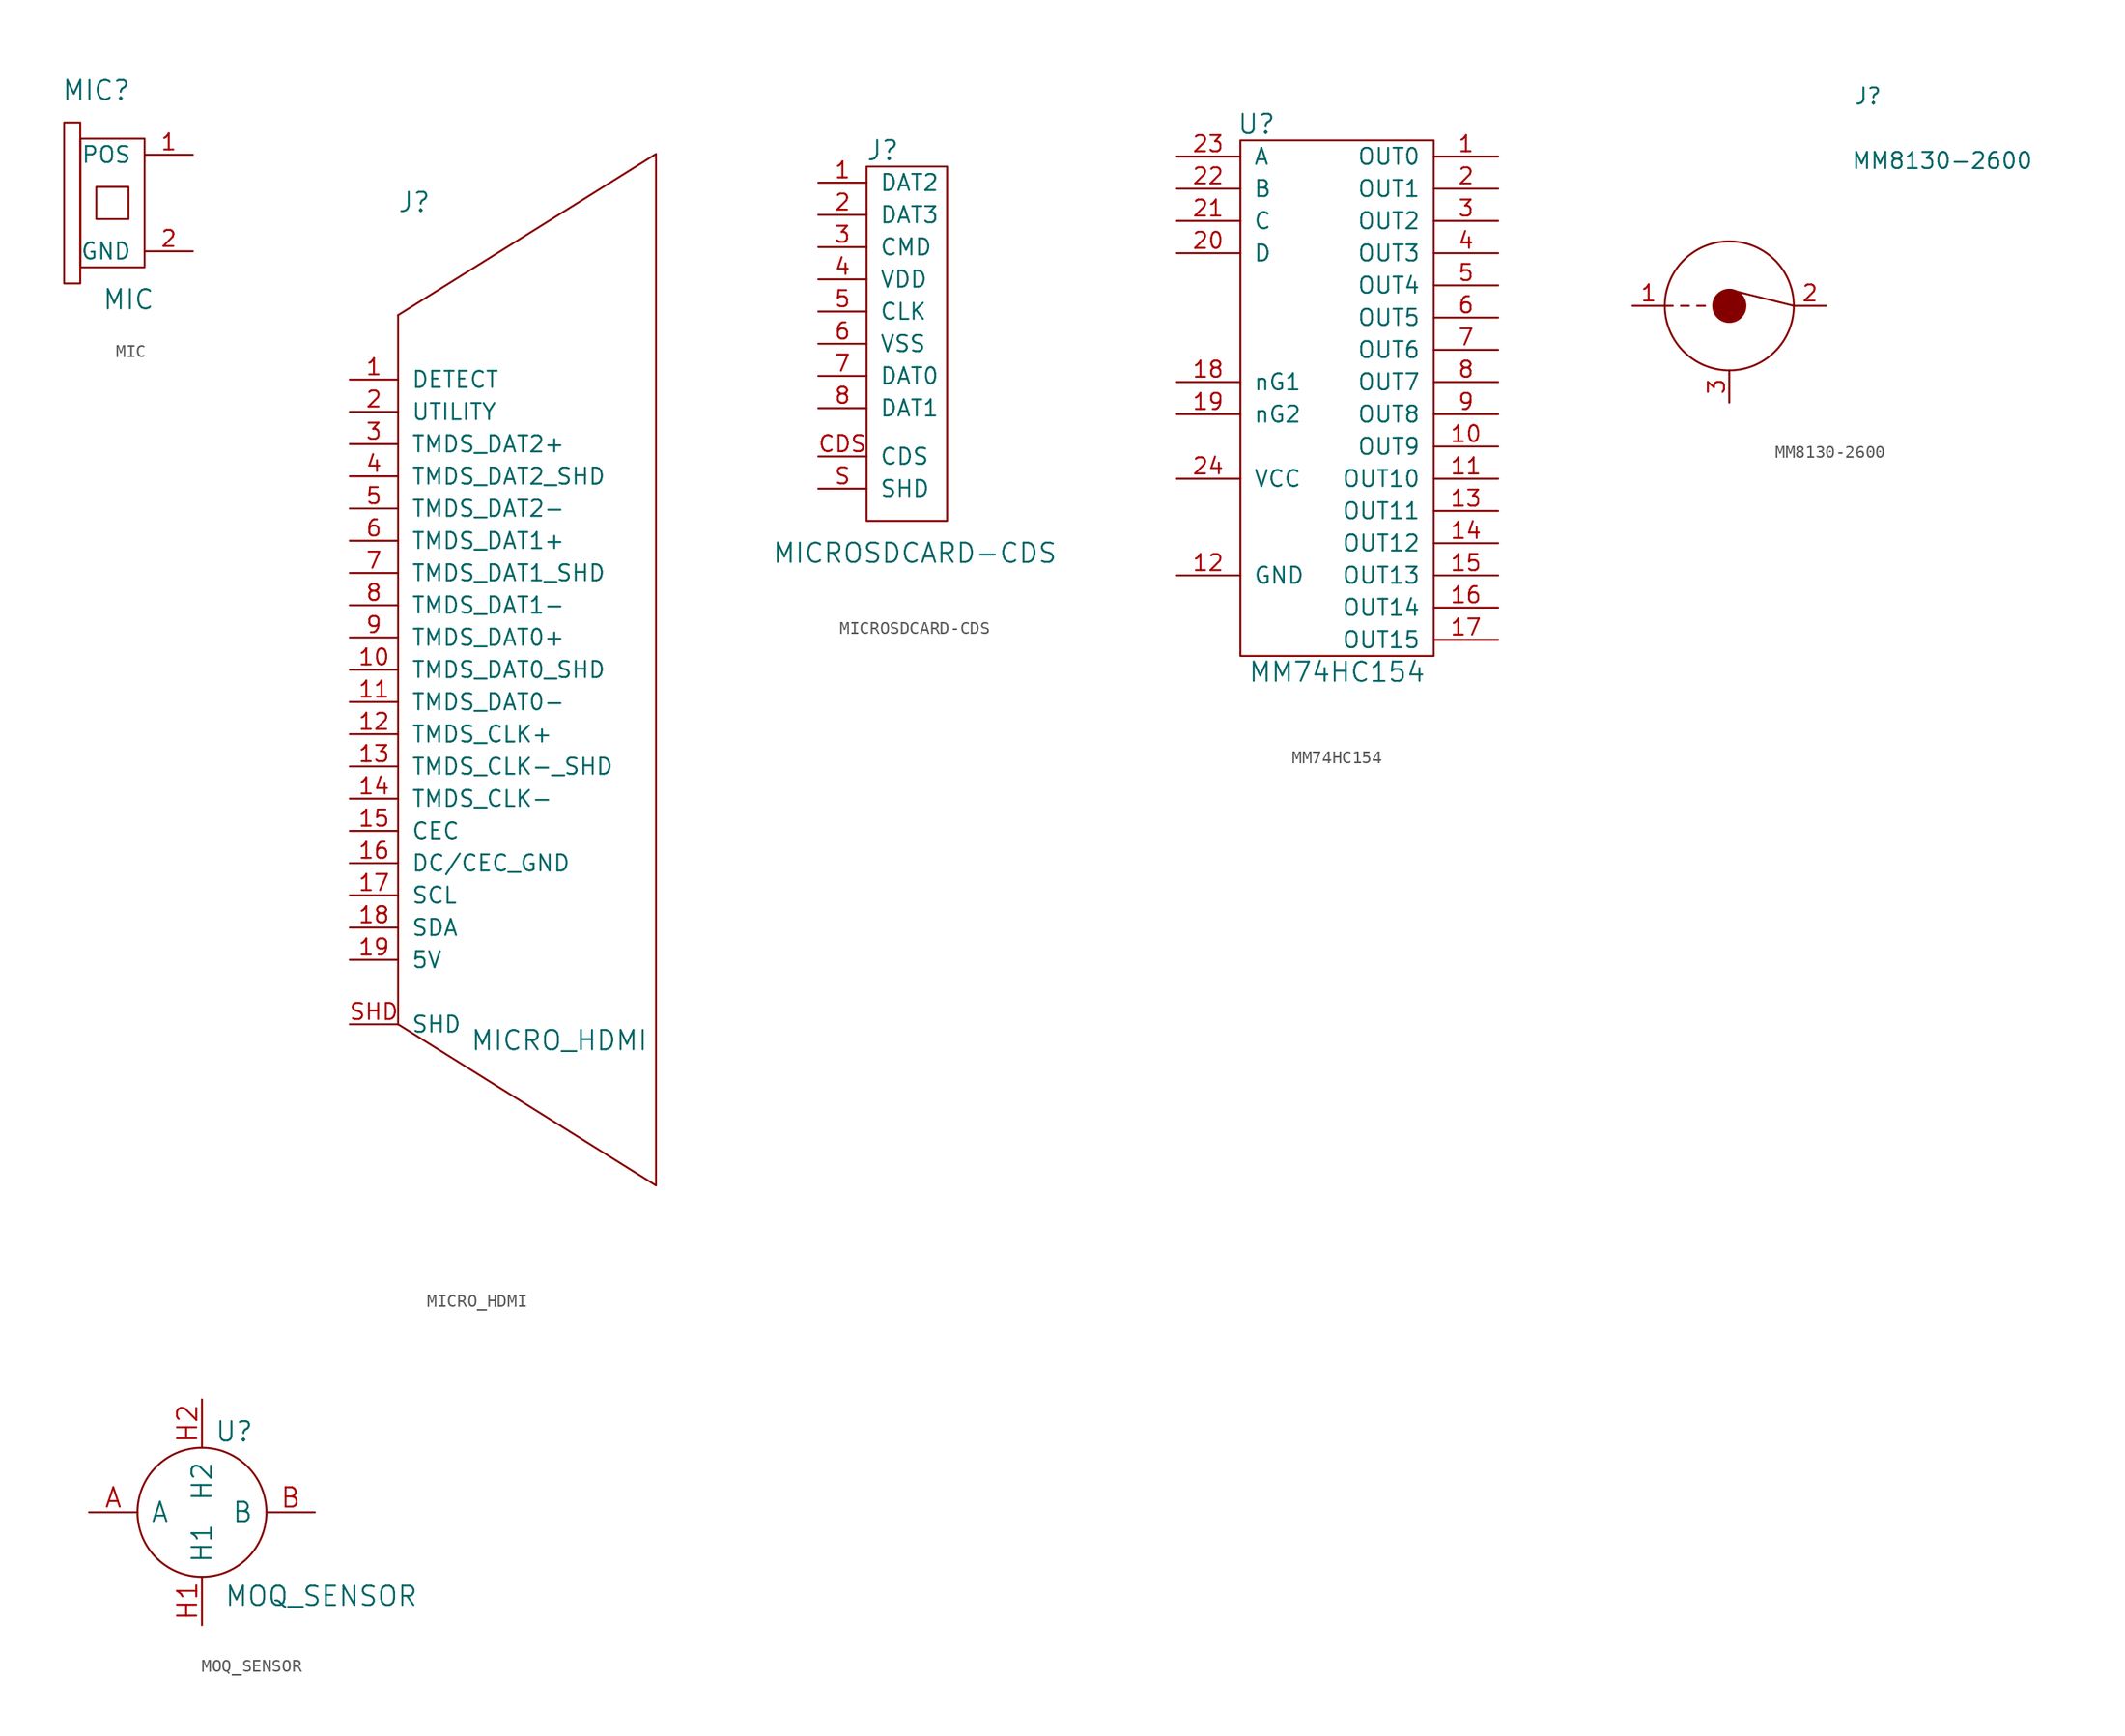
<source format=kicad_sym>
(kicad_symbol_lib
  (version 20211014)
  (generator kicad_symbol_editor)
  (symbol "MIC"
    (pin_names
      (offset 1.016))
    (property "Reference" "MIC"
      (at -1.27 8.89 0)
      (effects (font (size 1.524 1.524))))
    (property "Value" "MIC"
      (at 1.27 -7.62 0)
      (effects (font (size 1.524 1.524))))
    (property "Footprint" ""
      (at 0 0 0)
      (effects (font (size 1.524 1.524))))
    (property "Datasheet" ""
      (at 0 0 0)
      (effects (font (size 1.524 1.524))))
    (symbol "MIC_0_1"
      (rectangle (start -2.54 6.35) (end -3.81 -6.35) (stroke (width 0) (type default) (color 0 0 0 0)) (fill (type none)))
      (rectangle (start -1.27 1.27) (end 1.27 -1.27) (stroke (width 0) (type default) (color 0 0 0 0)) (fill (type none)))
      (rectangle (start 2.54 5.08) (end -2.54 -5.08) (stroke (width 0) (type default) (color 0 0 0 0)) (fill (type none))))
    (symbol "MIC_1_1"
      (pin passive line (at 6.35 3.81 180) (length 3.81) (name "POS" (effects (font (size 1.27 1.27)))) (number "1" (effects (font (size 1.27 1.27)))))
      (pin passive line (at 6.35 -3.81 180) (length 3.81) (name "GND" (effects (font (size 1.27 1.27)))) (number "2" (effects (font (size 1.27 1.27)))))))
  (symbol "MICRO_HDMI"
    (pin_names
      (offset 1.016))
    (property "Reference" "J"
      (at 1.27 36.83 0)
      (effects (font (size 1.524 1.524))))
    (property "Value" "MICRO_HDMI"
      (at 12.7 -29.21 0)
      (effects (font (size 1.524 1.524))))
    (property "Footprint" ""
      (at -7.62 29.21 0)
      (effects (font (size 1.524 1.524))))
    (property "Datasheet" ""
      (at -7.62 29.21 0)
      (effects (font (size 1.524 1.524))))
    (symbol "MICRO_HDMI_0_1"
      (polyline (pts (xy 0 27.94) (xy 0 -27.94)) (stroke (width 0) (type default) (color 0 0 0 0)) (fill (type none)))
      (polyline (pts (xy 0 -27.94) (xy 20.32 -40.64) (xy 20.32 40.64) (xy 0 27.94)) (stroke (width 0) (type default) (color 0 0 0 0)) (fill (type none))))
    (symbol "MICRO_HDMI_1_1"
      (pin passive line (at -3.81 22.86 0) (length 3.81) (name "DETECT" (effects (font (size 1.27 1.27)))) (number "1" (effects (font (size 1.27 1.27)))))
      (pin passive line (at -3.81 0 0) (length 3.81) (name "TMDS_DAT0_SHD" (effects (font (size 1.27 1.27)))) (number "10" (effects (font (size 1.27 1.27)))))
      (pin passive line (at -3.81 -2.54 0) (length 3.81) (name "TMDS_DAT0-" (effects (font (size 1.27 1.27)))) (number "11" (effects (font (size 1.27 1.27)))))
      (pin passive line (at -3.81 -5.08 0) (length 3.81) (name "TMDS_CLK+" (effects (font (size 1.27 1.27)))) (number "12" (effects (font (size 1.27 1.27)))))
      (pin passive line (at -3.81 -7.62 0) (length 3.81) (name "TMDS_CLK-_SHD" (effects (font (size 1.27 1.27)))) (number "13" (effects (font (size 1.27 1.27)))))
      (pin passive line (at -3.81 -10.16 0) (length 3.81) (name "TMDS_CLK-" (effects (font (size 1.27 1.27)))) (number "14" (effects (font (size 1.27 1.27)))))
      (pin passive line (at -3.81 -12.7 0) (length 3.81) (name "CEC" (effects (font (size 1.27 1.27)))) (number "15" (effects (font (size 1.27 1.27)))))
      (pin passive line (at -3.81 -15.24 0) (length 3.81) (name "DC/CEC_GND" (effects (font (size 1.27 1.27)))) (number "16" (effects (font (size 1.27 1.27)))))
      (pin passive line (at -3.81 -17.78 0) (length 3.81) (name "SCL" (effects (font (size 1.27 1.27)))) (number "17" (effects (font (size 1.27 1.27)))))
      (pin passive line (at -3.81 -20.32 0) (length 3.81) (name "SDA" (effects (font (size 1.27 1.27)))) (number "18" (effects (font (size 1.27 1.27)))))
      (pin passive line (at -3.81 -22.86 0) (length 3.81) (name "5V" (effects (font (size 1.27 1.27)))) (number "19" (effects (font (size 1.27 1.27)))))
      (pin passive line (at -3.81 20.32 0) (length 3.81) (name "UTILITY" (effects (font (size 1.27 1.27)))) (number "2" (effects (font (size 1.27 1.27)))))
      (pin passive line (at -3.81 17.78 0) (length 3.81) (name "TMDS_DAT2+" (effects (font (size 1.27 1.27)))) (number "3" (effects (font (size 1.27 1.27)))))
      (pin passive line (at -3.81 15.24 0) (length 3.81) (name "TMDS_DAT2_SHD" (effects (font (size 1.27 1.27)))) (number "4" (effects (font (size 1.27 1.27)))))
      (pin passive line (at -3.81 12.7 0) (length 3.81) (name "TMDS_DAT2-" (effects (font (size 1.27 1.27)))) (number "5" (effects (font (size 1.27 1.27)))))
      (pin passive line (at -3.81 10.16 0) (length 3.81) (name "TMDS_DAT1+" (effects (font (size 1.27 1.27)))) (number "6" (effects (font (size 1.27 1.27)))))
      (pin passive line (at -3.81 7.62 0) (length 3.81) (name "TMDS_DAT1_SHD" (effects (font (size 1.27 1.27)))) (number "7" (effects (font (size 1.27 1.27)))))
      (pin passive line (at -3.81 5.08 0) (length 3.81) (name "TMDS_DAT1-" (effects (font (size 1.27 1.27)))) (number "8" (effects (font (size 1.27 1.27)))))
      (pin passive line (at -3.81 2.54 0) (length 3.81) (name "TMDS_DAT0+" (effects (font (size 1.27 1.27)))) (number "9" (effects (font (size 1.27 1.27)))))
      (pin passive line (at -3.81 -27.94 0) (length 3.81) (name "SHD" (effects (font (size 1.27 1.27)))) (number "SHD" (effects (font (size 1.27 1.27)))))))
  (symbol "MICROSDCARD-CDS"
    (pin_names
      (offset 1.016))
    (property "Reference" "J"
      (at 1.27 15.24 0)
      (effects (font (size 1.524 1.524))))
    (property "Value" "MICROSDCARD-CDS"
      (at 3.81 -16.51 0)
      (effects (font (size 1.524 1.524))))
    (property "Footprint" ""
      (at 5.08 19.05 0)
      (effects (font (size 1.524 1.524))))
    (property "Datasheet" ""
      (at 5.08 19.05 0)
      (effects (font (size 1.524 1.524))))
    (symbol "MICROSDCARD-CDS_0_1"
      (rectangle (start 0 13.97) (end 6.35 -13.97) (stroke (width 0) (type default) (color 0 0 0 0)) (fill (type none))))
    (symbol "MICROSDCARD-CDS_1_1"
      (pin passive line (at -3.81 12.7 0) (length 3.81) (name "DAT2" (effects (font (size 1.27 1.27)))) (number "1" (effects (font (size 1.27 1.27)))))
      (pin passive line (at -3.81 10.16 0) (length 3.81) (name "DAT3" (effects (font (size 1.27 1.27)))) (number "2" (effects (font (size 1.27 1.27)))))
      (pin passive line (at -3.81 7.62 0) (length 3.81) (name "CMD" (effects (font (size 1.27 1.27)))) (number "3" (effects (font (size 1.27 1.27)))))
      (pin passive line (at -3.81 5.08 0) (length 3.81) (name "VDD" (effects (font (size 1.27 1.27)))) (number "4" (effects (font (size 1.27 1.27)))))
      (pin passive line (at -3.81 2.54 0) (length 3.81) (name "CLK" (effects (font (size 1.27 1.27)))) (number "5" (effects (font (size 1.27 1.27)))))
      (pin passive line (at -3.81 0 0) (length 3.81) (name "VSS" (effects (font (size 1.27 1.27)))) (number "6" (effects (font (size 1.27 1.27)))))
      (pin passive line (at -3.81 -2.54 0) (length 3.81) (name "DAT0" (effects (font (size 1.27 1.27)))) (number "7" (effects (font (size 1.27 1.27)))))
      (pin passive line (at -3.81 -5.08 0) (length 3.81) (name "DAT1" (effects (font (size 1.27 1.27)))) (number "8" (effects (font (size 1.27 1.27)))))
      (pin passive line (at -3.81 -8.89 0) (length 3.81) (name "CDS" (effects (font (size 1.27 1.27)))) (number "CDS" (effects (font (size 1.27 1.27)))))
      (pin passive line (at -3.81 -11.43 0) (length 3.81) (name "SHD" (effects (font (size 1.27 1.27)))) (number "S" (effects (font (size 1.27 1.27)))))))
  (symbol "MM74HC154"
    (pin_names
      (offset 1.016))
    (property "Reference" "U"
      (at -6.35 21.59 0)
      (effects (font (size 1.524 1.524))))
    (property "Value" "MM74HC154"
      (at 0 -21.59 0)
      (effects (font (size 1.524 1.524))))
    (property "Footprint" ""
      (at 0 0 0)
      (effects (font (size 1.524 1.524))))
    (property "Datasheet" ""
      (at 0 0 0)
      (effects (font (size 1.524 1.524))))
    (symbol "MM74HC154_0_1"
      (rectangle (start -7.62 20.32) (end 7.62 -20.32) (stroke (width 0) (type default) (color 0 0 0 0)) (fill (type none))))
    (symbol "MM74HC154_1_1"
      (pin passive line (at 12.7 19.05 180) (length 5.08) (name "OUT0" (effects (font (size 1.27 1.27)))) (number "1" (effects (font (size 1.27 1.27)))))
      (pin passive line (at 12.7 -3.81 180) (length 5.08) (name "OUT9" (effects (font (size 1.27 1.27)))) (number "10" (effects (font (size 1.27 1.27)))))
      (pin passive line (at 12.7 -6.35 180) (length 5.08) (name "OUT10" (effects (font (size 1.27 1.27)))) (number "11" (effects (font (size 1.27 1.27)))))
      (pin passive line (at -12.7 -13.97 0) (length 5.08) (name "GND" (effects (font (size 1.27 1.27)))) (number "12" (effects (font (size 1.27 1.27)))))
      (pin passive line (at 12.7 -8.89 180) (length 5.08) (name "OUT11" (effects (font (size 1.27 1.27)))) (number "13" (effects (font (size 1.27 1.27)))))
      (pin passive line (at 12.7 -11.43 180) (length 5.08) (name "OUT12" (effects (font (size 1.27 1.27)))) (number "14" (effects (font (size 1.27 1.27)))))
      (pin passive line (at 12.7 -13.97 180) (length 5.08) (name "OUT13" (effects (font (size 1.27 1.27)))) (number "15" (effects (font (size 1.27 1.27)))))
      (pin passive line (at 12.7 -16.51 180) (length 5.08) (name "OUT14" (effects (font (size 1.27 1.27)))) (number "16" (effects (font (size 1.27 1.27)))))
      (pin passive line (at 12.7 -19.05 180) (length 5.08) (name "OUT15" (effects (font (size 1.27 1.27)))) (number "17" (effects (font (size 1.27 1.27)))))
      (pin passive line (at -12.7 1.27 0) (length 5.08) (name "nG1" (effects (font (size 1.27 1.27)))) (number "18" (effects (font (size 1.27 1.27)))))
      (pin passive line (at -12.7 -1.27 0) (length 5.08) (name "nG2" (effects (font (size 1.27 1.27)))) (number "19" (effects (font (size 1.27 1.27)))))
      (pin passive line (at 12.7 16.51 180) (length 5.08) (name "OUT1" (effects (font (size 1.27 1.27)))) (number "2" (effects (font (size 1.27 1.27)))))
      (pin passive line (at -12.7 11.43 0) (length 5.08) (name "D" (effects (font (size 1.27 1.27)))) (number "20" (effects (font (size 1.27 1.27)))))
      (pin passive line (at -12.7 13.97 0) (length 5.08) (name "C" (effects (font (size 1.27 1.27)))) (number "21" (effects (font (size 1.27 1.27)))))
      (pin passive line (at -12.7 16.51 0) (length 5.08) (name "B" (effects (font (size 1.27 1.27)))) (number "22" (effects (font (size 1.27 1.27)))))
      (pin passive line (at -12.7 19.05 0) (length 5.08) (name "A" (effects (font (size 1.27 1.27)))) (number "23" (effects (font (size 1.27 1.27)))))
      (pin passive line (at -12.7 -6.35 0) (length 5.08) (name "VCC" (effects (font (size 1.27 1.27)))) (number "24" (effects (font (size 1.27 1.27)))))
      (pin passive line (at 12.7 13.97 180) (length 5.08) (name "OUT2" (effects (font (size 1.27 1.27)))) (number "3" (effects (font (size 1.27 1.27)))))
      (pin passive line (at 12.7 11.43 180) (length 5.08) (name "OUT3" (effects (font (size 1.27 1.27)))) (number "4" (effects (font (size 1.27 1.27)))))
      (pin passive line (at 12.7 8.89 180) (length 5.08) (name "OUT4" (effects (font (size 1.27 1.27)))) (number "5" (effects (font (size 1.27 1.27)))))
      (pin passive line (at 12.7 6.35 180) (length 5.08) (name "OUT5" (effects (font (size 1.27 1.27)))) (number "6" (effects (font (size 1.27 1.27)))))
      (pin passive line (at 12.7 3.81 180) (length 5.08) (name "OUT6" (effects (font (size 1.27 1.27)))) (number "7" (effects (font (size 1.27 1.27)))))
      (pin passive line (at 12.7 1.27 180) (length 5.08) (name "OUT7" (effects (font (size 1.27 1.27)))) (number "8" (effects (font (size 1.27 1.27)))))
      (pin passive line (at 12.7 -1.27 180) (length 5.08) (name "OUT8" (effects (font (size 1.27 1.27)))) (number "9" (effects (font (size 1.27 1.27)))))))
  (symbol "MM8130-2600"
    (pin_names
      (offset 1.016))
    (property "Reference" "J"
      (at 10.922 16.51 0)
      (effects (font (size 1.27 1.27))))
    (property "Value" "MM8130-2600"
      (at 16.764 11.43 0)
      (effects (font (size 1.27 1.27))))
    (symbol "MM8130-2600_0_1"
      (polyline (pts (xy -5.08 0) (xy -4.445 0)) (stroke (width 0) (type default) (color 0 0 0 0)) (fill (type none)))
      (polyline (pts (xy -3.81 0) (xy -3.175 0)) (stroke (width 0) (type default) (color 0 0 0 0)) (fill (type none)))
      (polyline (pts (xy -2.54 0) (xy -1.905 0)) (stroke (width 0) (type default) (color 0 0 0 0)) (fill (type none)))
      (polyline (pts (xy 5.08 0) (xy 0 1.27)) (stroke (width 0) (type default) (color 0 0 0 0)) (fill (type none)))
      (circle (center 0 0) (radius 1.27) (stroke (width 0) (type default) (color 0 0 0 0)) (fill (type outline)))
      (circle (center 0 0) (radius 5.08) (stroke (width 0) (type default) (color 0 0 0 0)) (fill (type none))))
    (symbol "MM8130-2600_1_1"
      (pin passive line (at -7.62 0 0) (length 2.54) (name "~" (effects (font (size 1.27 1.27)))) (number "1" (effects (font (size 1.27 1.27)))))
      (pin passive line (at 7.62 0 180) (length 2.54) (name "~" (effects (font (size 1.27 1.27)))) (number "2" (effects (font (size 1.27 1.27)))))
      (pin passive line (at 0 -7.62 90) (length 2.54) (name "~" (effects (font (size 1.27 1.27)))) (number "3" (effects (font (size 1.27 1.27)))))))
  (symbol "MOQ_SENSOR"
    (pin_names
      (offset 1.016))
    (property "Reference" "U"
      (at 2.54 6.35 0)
      (effects (font (size 1.524 1.524))))
    (property "Value" "MOQ_SENSOR"
      (at 9.398 -6.604 0)
      (effects (font (size 1.524 1.524))))
    (property "Footprint" ""
      (at 0 0 0)
      (effects (font (size 1.524 1.524))))
    (property "Datasheet" ""
      (at 0 0 0)
      (effects (font (size 1.524 1.524))))
    (symbol "MOQ_SENSOR_0_1"
      (circle (center 0 0) (radius 5.08) (stroke (width 0) (type default) (color 0 0 0 0)) (fill (type none))))
    (symbol "MOQ_SENSOR_1_1"
      (pin passive line (at -8.89 0 0) (length 3.81) (name "A" (effects (font (size 1.524 1.524)))) (number "A" (effects (font (size 1.524 1.524)))))
      (pin passive line (at 8.89 0 180) (length 3.81) (name "B" (effects (font (size 1.524 1.524)))) (number "B" (effects (font (size 1.524 1.524)))))
      (pin passive line (at 0 -8.89 90) (length 3.81) (name "H1" (effects (font (size 1.524 1.524)))) (number "H1" (effects (font (size 1.524 1.524)))))
      (pin passive line (at 0 8.89 270) (length 3.81) (name "H2" (effects (font (size 1.524 1.524)))) (number "H2" (effects (font (size 1.524 1.524))))))))
</source>
